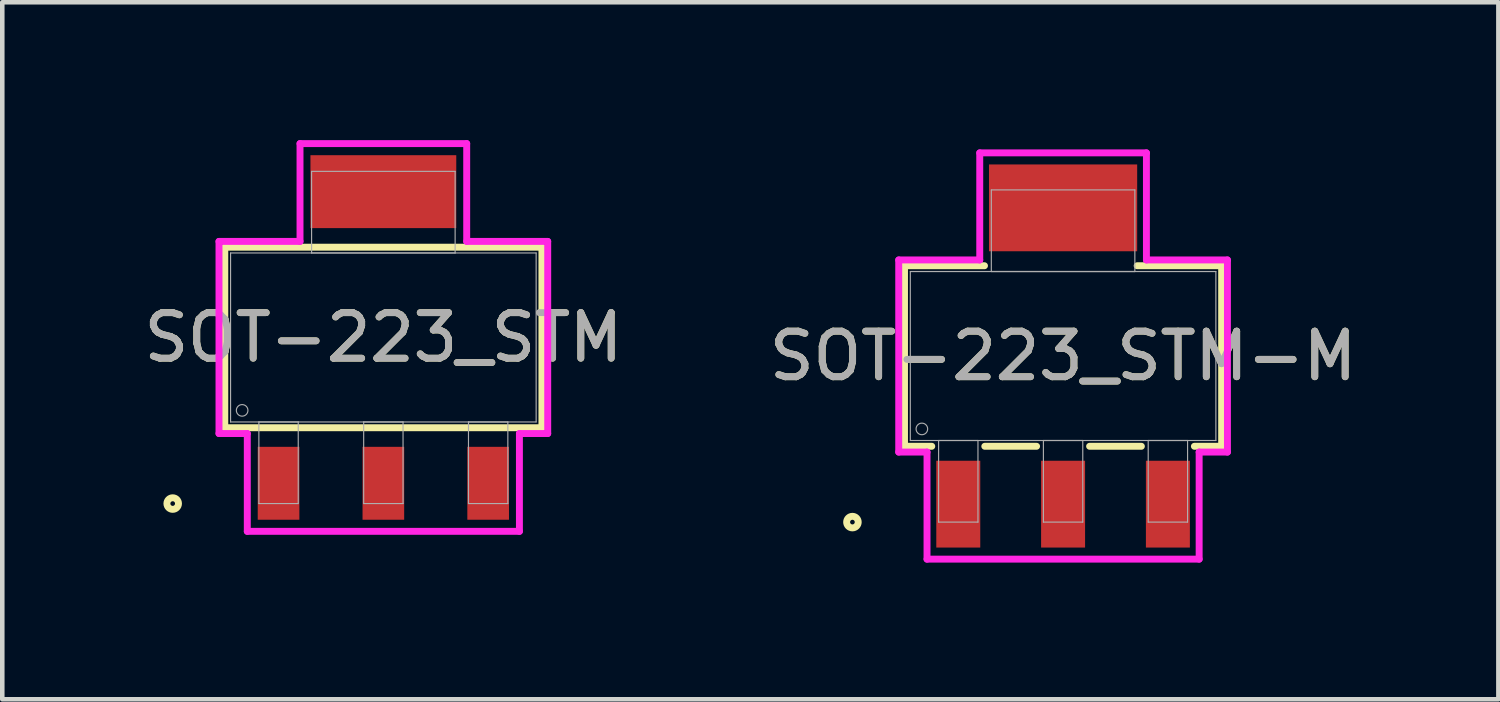
<source format=kicad_pcb>
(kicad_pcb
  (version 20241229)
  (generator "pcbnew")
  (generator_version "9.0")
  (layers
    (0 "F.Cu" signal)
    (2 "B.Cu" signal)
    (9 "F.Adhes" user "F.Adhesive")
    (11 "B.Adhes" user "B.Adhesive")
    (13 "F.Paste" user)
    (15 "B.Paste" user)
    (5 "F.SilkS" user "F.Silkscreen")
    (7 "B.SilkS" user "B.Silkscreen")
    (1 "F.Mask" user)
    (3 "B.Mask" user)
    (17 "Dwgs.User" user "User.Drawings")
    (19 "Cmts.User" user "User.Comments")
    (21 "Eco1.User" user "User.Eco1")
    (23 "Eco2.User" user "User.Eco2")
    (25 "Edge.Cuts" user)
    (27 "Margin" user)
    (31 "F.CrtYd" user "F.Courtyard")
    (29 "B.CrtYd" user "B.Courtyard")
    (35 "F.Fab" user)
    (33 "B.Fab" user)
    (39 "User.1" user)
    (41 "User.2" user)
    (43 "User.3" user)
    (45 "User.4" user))
  (footprint "SOT-223_STM-M"
    (layer "F.Cu")
    (at 20.28 4.763)
    (property "Reference" "SOT-223_STM-M" (at 0 0 0) (unlocked yes) (layer "F.SilkS") (effects (font (size 1 1) (thickness 0.15))))
    (attr smd)
    (fp_poly (pts (xy 1.626 -4.204) (xy -1.626 -4.204) (xy -1.626 -2.299) (xy 1.626 -2.299)) (stroke (width 0) (type solid)) (fill yes) (layer "F.Cu"))
    (fp_poly (pts (xy 1.676 -4.763) (xy -1.676 -4.763) (xy -1.676 -1.841) (xy 1.676 -1.841)) (stroke (width 0) (type solid)) (fill yes) (layer "F.Mask"))
    (fp_line (start -3.48 -1.981) (end -3.48 1.981) (stroke (width 0.152) (type solid)) (layer "F.SilkS"))
    (fp_line (start -3.48 1.981) (end -2.882 1.981) (stroke (width 0.152) (type solid)) (layer "F.SilkS"))
    (fp_line (start -1.725 -1.981) (end -3.48 -1.981) (stroke (width 0.152) (type solid)) (layer "F.SilkS"))
    (fp_line (start -1.718 1.981) (end -0.582 1.981) (stroke (width 0.152) (type solid)) (layer "F.SilkS"))
    (fp_line (start 0.582 1.981) (end 1.718 1.981) (stroke (width 0.152) (type solid)) (layer "F.SilkS"))
    (fp_line (start 2.882 1.981) (end 3.48 1.981) (stroke (width 0.152) (type solid)) (layer "F.SilkS"))
    (fp_line (start 3.48 -1.981) (end 1.626 -1.981) (stroke (width 0.152) (type solid)) (layer "F.SilkS"))
    (fp_line (start 3.48 1.981) (end 3.48 -1.981) (stroke (width 0.152) (type solid)) (layer "F.SilkS"))
    (fp_circle (center -4.623 3.645) (end -4.496 3.645) (stroke (width 0.152) (type solid)) (fill no) (layer "F.SilkS"))
    (fp_poly (pts (xy 1.626 -4.204) (xy -1.626 -4.204) (xy -1.626 -2.299) (xy 1.626 -2.299)) (stroke (width 0) (type solid)) (fill yes) (layer "F.Paste"))
    (fp_line (start -3.607 -2.108) (end -1.829 -2.108) (stroke (width 0.152) (type solid)) (layer "F.CrtYd"))
    (fp_line (start -3.607 2.108) (end -3.607 -2.108) (stroke (width 0.152) (type solid)) (layer "F.CrtYd"))
    (fp_line (start -2.986 2.108) (end -3.607 2.108) (stroke (width 0.152) (type solid)) (layer "F.CrtYd"))
    (fp_line (start -2.986 4.458) (end -2.986 2.108) (stroke (width 0.152) (type solid)) (layer "F.CrtYd"))
    (fp_line (start -1.829 -4.458) (end 1.829 -4.458) (stroke (width 0.152) (type solid)) (layer "F.CrtYd"))
    (fp_line (start -1.829 -2.108) (end -1.829 -4.458) (stroke (width 0.152) (type solid)) (layer "F.CrtYd"))
    (fp_line (start 1.829 -4.458) (end 1.829 -2.108) (stroke (width 0.152) (type solid)) (layer "F.CrtYd"))
    (fp_line (start 1.829 -2.108) (end 3.607 -2.108) (stroke (width 0.152) (type solid)) (layer "F.CrtYd"))
    (fp_line (start 2.986 2.108) (end 2.986 4.458) (stroke (width 0.152) (type solid)) (layer "F.CrtYd"))
    (fp_line (start 2.986 4.458) (end -2.986 4.458) (stroke (width 0.152) (type solid)) (layer "F.CrtYd"))
    (fp_line (start 3.607 -2.108) (end 3.607 2.108) (stroke (width 0.152) (type solid)) (layer "F.CrtYd"))
    (fp_line (start 3.607 2.108) (end 2.986 2.108) (stroke (width 0.152) (type solid)) (layer "F.CrtYd"))
    (fp_line (start -3.353 -1.854) (end -3.353 1.854) (stroke (width 0.025) (type solid)) (layer "F.Fab"))
    (fp_line (start -3.353 1.854) (end 3.353 1.854) (stroke (width 0.025) (type solid)) (layer "F.Fab"))
    (fp_line (start -2.732 1.854) (end -2.732 3.645) (stroke (width 0.025) (type solid)) (layer "F.Fab"))
    (fp_line (start -2.732 3.645) (end -1.868 3.645) (stroke (width 0.025) (type solid)) (layer "F.Fab"))
    (fp_line (start -1.868 1.854) (end -2.732 1.854) (stroke (width 0.025) (type solid)) (layer "F.Fab"))
    (fp_line (start -1.868 3.645) (end -1.868 1.854) (stroke (width 0.025) (type solid)) (layer "F.Fab"))
    (fp_line (start -1.575 -3.645) (end -1.575 -1.854) (stroke (width 0.025) (type solid)) (layer "F.Fab"))
    (fp_line (start -1.575 -1.854) (end 1.575 -1.854) (stroke (width 0.025) (type solid)) (layer "F.Fab"))
    (fp_line (start -0.432 1.854) (end -0.432 3.645) (stroke (width 0.025) (type solid)) (layer "F.Fab"))
    (fp_line (start -0.432 3.645) (end 0.432 3.645) (stroke (width 0.025) (type solid)) (layer "F.Fab"))
    (fp_line (start 0.432 1.854) (end -0.432 1.854) (stroke (width 0.025) (type solid)) (layer "F.Fab"))
    (fp_line (start 0.432 3.645) (end 0.432 1.854) (stroke (width 0.025) (type solid)) (layer "F.Fab"))
    (fp_line (start 1.575 -3.645) (end -1.575 -3.645) (stroke (width 0.025) (type solid)) (layer "F.Fab"))
    (fp_line (start 1.575 -1.854) (end 1.575 -3.645) (stroke (width 0.025) (type solid)) (layer "F.Fab"))
    (fp_line (start 1.868 1.854) (end 1.868 3.645) (stroke (width 0.025) (type solid)) (layer "F.Fab"))
    (fp_line (start 1.868 3.645) (end 2.732 3.645) (stroke (width 0.025) (type solid)) (layer "F.Fab"))
    (fp_line (start 2.732 1.854) (end 1.868 1.854) (stroke (width 0.025) (type solid)) (layer "F.Fab"))
    (fp_line (start 2.732 3.645) (end 2.732 1.854) (stroke (width 0.025) (type solid)) (layer "F.Fab"))
    (fp_line (start 3.353 -1.854) (end -3.353 -1.854) (stroke (width 0.025) (type solid)) (layer "F.Fab"))
    (fp_line (start 3.353 1.854) (end 3.353 -1.854) (stroke (width 0.025) (type solid)) (layer "F.Fab"))
    (fp_circle (center -3.099 1.6) (end -2.972 1.6) (stroke (width 0.025) (type solid)) (fill no) (layer "F.Fab"))
    (fp_text user "${REFERENCE}" (at 0 0 0) (unlocked yes) (layer "F.Fab") (effects (font (size 1 1) (thickness 0.15))))
    (pad "1" smd rect (at -2.3 3.251) (size 0.965 1.905) (layers "F.Cu" "F.Mask" "F.Paste"))
    (pad "2" smd rect (at 0 3.251) (size 0.965 1.905) (layers "F.Cu" "F.Mask" "F.Paste"))
    (pad "3" smd rect (at 2.3 3.251) (size 0.965 1.905) (layers "F.Cu" "F.Mask" "F.Paste")))
  (footprint "SOT-223_STM"
    (layer "F.Cu")
    (at 5.363 4.356)
    (property "Reference" "SOT-223_STM" (at 0 0 0) (unlocked yes) (layer "F.SilkS") (effects (font (size 1 1) (thickness 0.15))))
    (attr smd)
    (fp_poly (pts (xy 1.6 -4) (xy -1.6 -4) (xy -1.6 -2.4) (xy 1.6 -2.4)) (stroke (width 0) (type solid)) (fill yes) (layer "F.Cu"))
    (fp_poly (pts (xy 1.626 -4.356) (xy -1.626 -4.356) (xy -1.626 -2.045) (xy 1.626 -2.045)) (stroke (width 0) (type solid)) (fill yes) (layer "F.Mask"))
    (fp_line (start -3.48 -1.981) (end -3.48 1.981) (stroke (width 0.152) (type solid)) (layer "F.SilkS"))
    (fp_line (start -3.48 1.981) (end 3.48 1.981) (stroke (width 0.152) (type solid)) (layer "F.SilkS"))
    (fp_line (start 3.48 -1.981) (end -3.48 -1.981) (stroke (width 0.152) (type solid)) (layer "F.SilkS"))
    (fp_line (start 3.48 1.981) (end 3.48 -1.981) (stroke (width 0.152) (type solid)) (layer "F.SilkS"))
    (fp_circle (center -4.623 3.645) (end -4.496 3.645) (stroke (width 0.152) (type solid)) (fill no) (layer "F.SilkS"))
    (fp_poly (pts (xy 1.6 -4) (xy -1.6 -4) (xy -1.6 -2.4) (xy 1.6 -2.4)) (stroke (width 0) (type solid)) (fill yes) (layer "F.Paste"))
    (fp_line (start -3.607 -2.108) (end -1.829 -2.108) (stroke (width 0.152) (type solid)) (layer "F.CrtYd"))
    (fp_line (start -3.607 2.108) (end -3.607 -2.108) (stroke (width 0.152) (type solid)) (layer "F.CrtYd"))
    (fp_line (start -2.986 2.108) (end -3.607 2.108) (stroke (width 0.152) (type solid)) (layer "F.CrtYd"))
    (fp_line (start -2.986 4.255) (end -2.986 2.108) (stroke (width 0.152) (type solid)) (layer "F.CrtYd"))
    (fp_line (start -1.829 -4.255) (end 1.829 -4.255) (stroke (width 0.152) (type solid)) (layer "F.CrtYd"))
    (fp_line (start -1.829 -2.108) (end -1.829 -4.255) (stroke (width 0.152) (type solid)) (layer "F.CrtYd"))
    (fp_line (start 1.829 -4.255) (end 1.829 -2.108) (stroke (width 0.152) (type solid)) (layer "F.CrtYd"))
    (fp_line (start 1.829 -2.108) (end 3.607 -2.108) (stroke (width 0.152) (type solid)) (layer "F.CrtYd"))
    (fp_line (start 2.986 2.108) (end 2.986 4.255) (stroke (width 0.152) (type solid)) (layer "F.CrtYd"))
    (fp_line (start 2.986 4.255) (end -2.986 4.255) (stroke (width 0.152) (type solid)) (layer "F.CrtYd"))
    (fp_line (start 3.607 -2.108) (end 3.607 2.108) (stroke (width 0.152) (type solid)) (layer "F.CrtYd"))
    (fp_line (start 3.607 2.108) (end 2.986 2.108) (stroke (width 0.152) (type solid)) (layer "F.CrtYd"))
    (fp_line (start -3.353 -1.854) (end -3.353 1.854) (stroke (width 0.025) (type solid)) (layer "F.Fab"))
    (fp_line (start -3.353 1.854) (end 3.353 1.854) (stroke (width 0.025) (type solid)) (layer "F.Fab"))
    (fp_line (start -2.732 1.854) (end -2.732 3.645) (stroke (width 0.025) (type solid)) (layer "F.Fab"))
    (fp_line (start -2.732 3.645) (end -1.868 3.645) (stroke (width 0.025) (type solid)) (layer "F.Fab"))
    (fp_line (start -1.868 1.854) (end -2.732 1.854) (stroke (width 0.025) (type solid)) (layer "F.Fab"))
    (fp_line (start -1.868 3.645) (end -1.868 1.854) (stroke (width 0.025) (type solid)) (layer "F.Fab"))
    (fp_line (start -1.575 -3.645) (end -1.575 -1.854) (stroke (width 0.025) (type solid)) (layer "F.Fab"))
    (fp_line (start -1.575 -1.854) (end 1.575 -1.854) (stroke (width 0.025) (type solid)) (layer "F.Fab"))
    (fp_line (start -0.432 1.854) (end -0.432 3.645) (stroke (width 0.025) (type solid)) (layer "F.Fab"))
    (fp_line (start -0.432 3.645) (end 0.432 3.645) (stroke (width 0.025) (type solid)) (layer "F.Fab"))
    (fp_line (start 0.432 1.854) (end -0.432 1.854) (stroke (width 0.025) (type solid)) (layer "F.Fab"))
    (fp_line (start 0.432 3.645) (end 0.432 1.854) (stroke (width 0.025) (type solid)) (layer "F.Fab"))
    (fp_line (start 1.575 -3.645) (end -1.575 -3.645) (stroke (width 0.025) (type solid)) (layer "F.Fab"))
    (fp_line (start 1.575 -1.854) (end 1.575 -3.645) (stroke (width 0.025) (type solid)) (layer "F.Fab"))
    (fp_line (start 1.868 1.854) (end 1.868 3.645) (stroke (width 0.025) (type solid)) (layer "F.Fab"))
    (fp_line (start 1.868 3.645) (end 2.732 3.645) (stroke (width 0.025) (type solid)) (layer "F.Fab"))
    (fp_line (start 2.732 1.854) (end 1.868 1.854) (stroke (width 0.025) (type solid)) (layer "F.Fab"))
    (fp_line (start 2.732 3.645) (end 2.732 1.854) (stroke (width 0.025) (type solid)) (layer "F.Fab"))
    (fp_line (start 3.353 -1.854) (end -3.353 -1.854) (stroke (width 0.025) (type solid)) (layer "F.Fab"))
    (fp_line (start 3.353 1.854) (end 3.353 -1.854) (stroke (width 0.025) (type solid)) (layer "F.Fab"))
    (fp_circle (center -3.099 1.6) (end -2.972 1.6) (stroke (width 0.025) (type solid)) (fill no) (layer "F.Fab"))
    (fp_text user "${REFERENCE}" (at 0 0 0) (unlocked yes) (layer "F.Fab") (effects (font (size 1 1) (thickness 0.15))))
    (pad "1" smd rect (at -2.3 3.2) (size 0.914 1.6) (layers "F.Cu" "F.Mask" "F.Paste"))
    (pad "2" smd rect (at 0 3.2) (size 0.914 1.6) (layers "F.Cu" "F.Mask" "F.Paste"))
    (pad "3" smd rect (at 2.3 3.2) (size 0.914 1.6) (layers "F.Cu" "F.Mask" "F.Paste")))
  (gr_rect
    (start -3 -3)
    (end 29.833 12.296)
    (stroke (width 0.1) (type default))
    (fill no)
    (layer "Edge.Cuts")))
</source>
